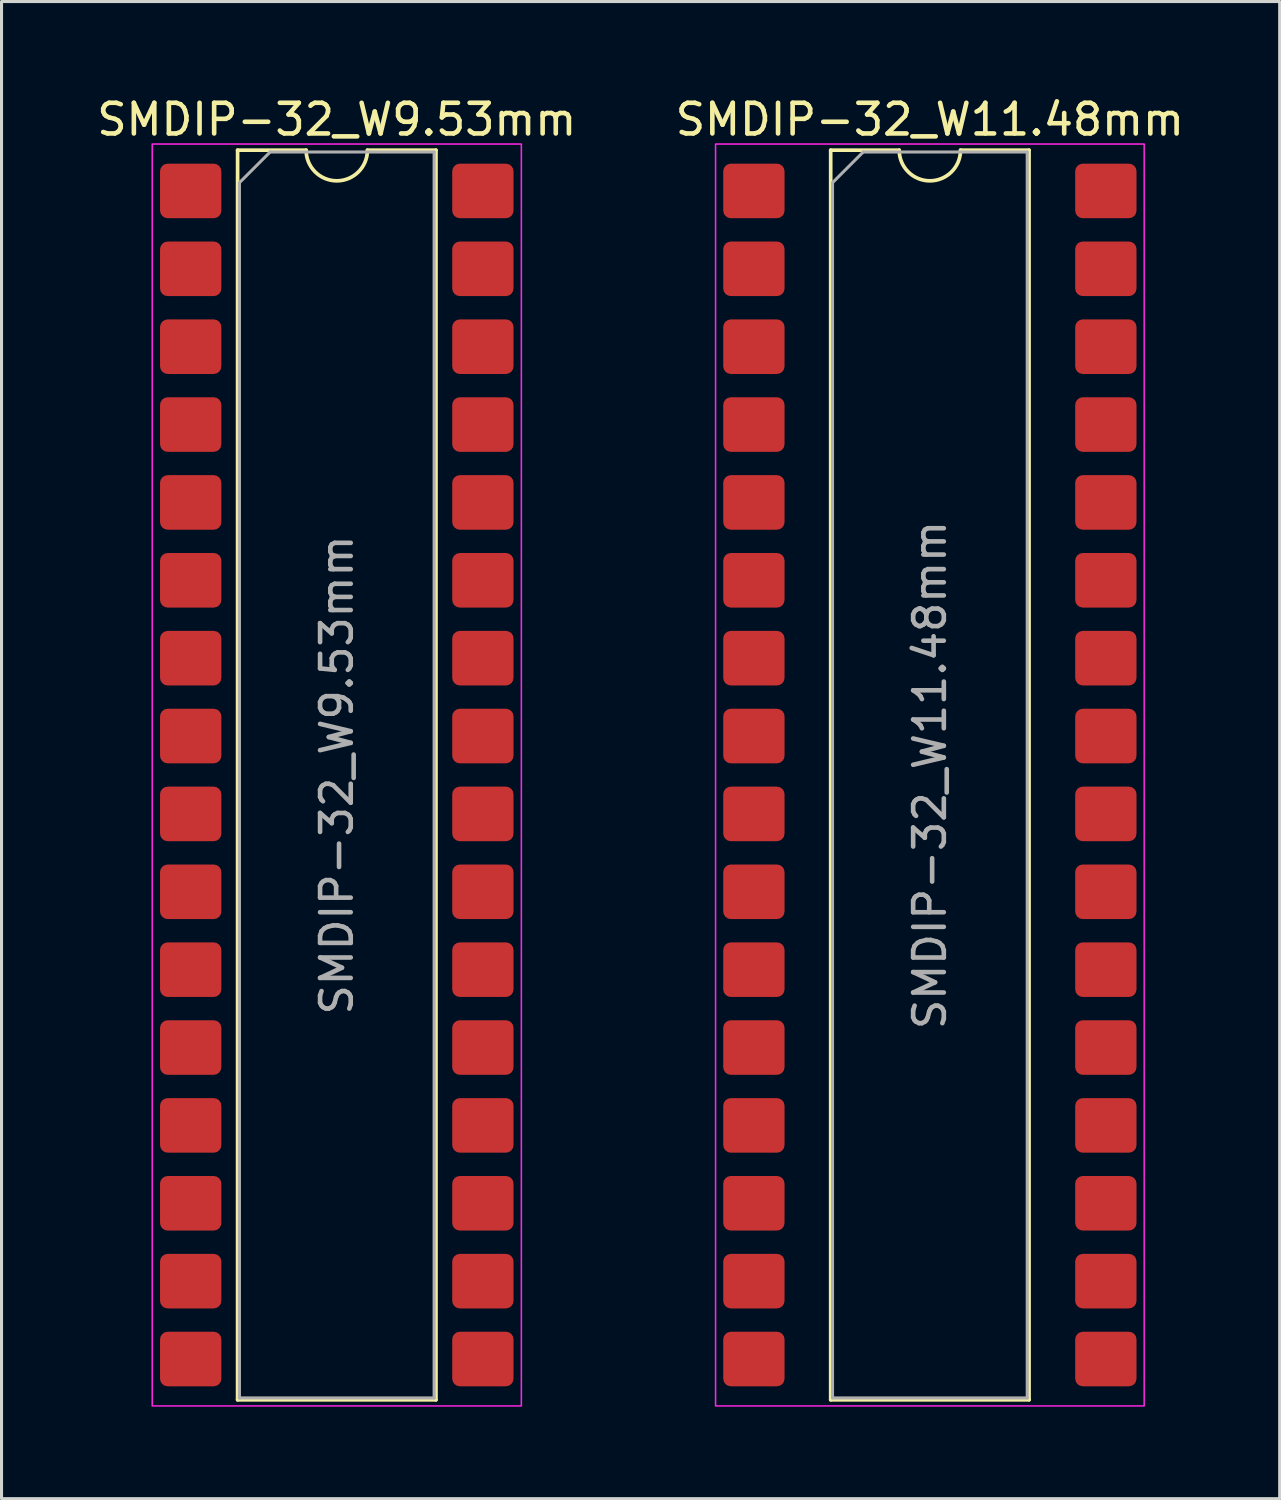
<source format=kicad_pcb>
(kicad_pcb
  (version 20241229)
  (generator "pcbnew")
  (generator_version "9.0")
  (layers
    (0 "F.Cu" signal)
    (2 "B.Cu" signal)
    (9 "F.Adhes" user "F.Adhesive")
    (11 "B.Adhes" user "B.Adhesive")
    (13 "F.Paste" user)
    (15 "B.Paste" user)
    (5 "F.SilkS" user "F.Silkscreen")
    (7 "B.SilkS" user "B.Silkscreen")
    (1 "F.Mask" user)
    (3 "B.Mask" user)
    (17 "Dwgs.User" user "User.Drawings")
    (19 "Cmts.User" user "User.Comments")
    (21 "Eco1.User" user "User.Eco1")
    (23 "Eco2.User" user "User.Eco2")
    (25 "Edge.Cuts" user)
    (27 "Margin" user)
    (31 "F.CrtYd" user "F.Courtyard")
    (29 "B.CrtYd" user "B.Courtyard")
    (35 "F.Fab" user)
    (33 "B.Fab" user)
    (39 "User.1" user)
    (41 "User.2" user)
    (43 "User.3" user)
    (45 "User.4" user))
  (footprint "SMDIP-32_W9.53mm"
    (layer "F.Cu")
    (at 7.935 22.228)
    (property "Reference" "SMDIP-32_W9.53mm" (at 0 -21.38 0) (layer "F.SilkS") (effects (font (size 1 1) (thickness 0.15))))
    (attr smd)
    (fp_line (start -3.235 -20.38) (end -3.235 20.38) (stroke (width 0.12) (type solid)) (layer "F.SilkS"))
    (fp_line (start -3.235 20.38) (end 3.235 20.38) (stroke (width 0.12) (type solid)) (layer "F.SilkS"))
    (fp_line (start -1 -20.38) (end -3.235 -20.38) (stroke (width 0.12) (type solid)) (layer "F.SilkS"))
    (fp_line (start 3.235 -20.38) (end 1 -20.38) (stroke (width 0.12) (type solid)) (layer "F.SilkS"))
    (fp_line (start 3.235 20.38) (end 3.235 -20.38) (stroke (width 0.12) (type solid)) (layer "F.SilkS"))
    (fp_arc (start 1 -20.38) (mid 0 -19.38) (end -1 -20.38) (stroke (width 0.12) (type solid)) (layer "F.SilkS"))
    (fp_rect (start -6.02 -20.58) (end 6.02 20.58) (stroke (width 0.05) (type solid)) (fill no) (layer "F.CrtYd"))
    (fp_line (start -3.175 -19.32) (end -2.175 -20.32) (stroke (width 0.1) (type solid)) (layer "F.Fab"))
    (fp_line (start -3.175 20.32) (end -3.175 -19.32) (stroke (width 0.1) (type solid)) (layer "F.Fab"))
    (fp_line (start -2.175 -20.32) (end 3.175 -20.32) (stroke (width 0.1) (type solid)) (layer "F.Fab"))
    (fp_line (start 3.175 -20.32) (end 3.175 20.32) (stroke (width 0.1) (type solid)) (layer "F.Fab"))
    (fp_line (start 3.175 20.32) (end -3.175 20.32) (stroke (width 0.1) (type solid)) (layer "F.Fab"))
    (fp_text user "${REFERENCE}" (at 0 0 90) (layer "F.Fab") (effects (font (size 1 1) (thickness 0.15))))
    (pad "1" smd roundrect (at -4.765 -19.05) (size 2 1.78) (layers "F.Cu" "F.Mask" "F.Paste") (roundrect_rratio 0.14))
    (pad "2" smd roundrect (at -4.765 -16.51) (size 2 1.78) (layers "F.Cu" "F.Mask" "F.Paste") (roundrect_rratio 0.14))
    (pad "3" smd roundrect (at -4.765 -13.97) (size 2 1.78) (layers "F.Cu" "F.Mask" "F.Paste") (roundrect_rratio 0.14))
    (pad "4" smd roundrect (at -4.765 -11.43) (size 2 1.78) (layers "F.Cu" "F.Mask" "F.Paste") (roundrect_rratio 0.14))
    (pad "5" smd roundrect (at -4.765 -8.89) (size 2 1.78) (layers "F.Cu" "F.Mask" "F.Paste") (roundrect_rratio 0.14))
    (pad "6" smd roundrect (at -4.765 -6.35) (size 2 1.78) (layers "F.Cu" "F.Mask" "F.Paste") (roundrect_rratio 0.14))
    (pad "7" smd roundrect (at -4.765 -3.81) (size 2 1.78) (layers "F.Cu" "F.Mask" "F.Paste") (roundrect_rratio 0.14))
    (pad "8" smd roundrect (at -4.765 -1.27) (size 2 1.78) (layers "F.Cu" "F.Mask" "F.Paste") (roundrect_rratio 0.14))
    (pad "9" smd roundrect (at -4.765 1.27) (size 2 1.78) (layers "F.Cu" "F.Mask" "F.Paste") (roundrect_rratio 0.14))
    (pad "10" smd roundrect (at -4.765 3.81) (size 2 1.78) (layers "F.Cu" "F.Mask" "F.Paste") (roundrect_rratio 0.14))
    (pad "11" smd roundrect (at -4.765 6.35) (size 2 1.78) (layers "F.Cu" "F.Mask" "F.Paste") (roundrect_rratio 0.14))
    (pad "12" smd roundrect (at -4.765 8.89) (size 2 1.78) (layers "F.Cu" "F.Mask" "F.Paste") (roundrect_rratio 0.14))
    (pad "13" smd roundrect (at -4.765 11.43) (size 2 1.78) (layers "F.Cu" "F.Mask" "F.Paste") (roundrect_rratio 0.14))
    (pad "14" smd roundrect (at -4.765 13.97) (size 2 1.78) (layers "F.Cu" "F.Mask" "F.Paste") (roundrect_rratio 0.14))
    (pad "15" smd roundrect (at -4.765 16.51) (size 2 1.78) (layers "F.Cu" "F.Mask" "F.Paste") (roundrect_rratio 0.14))
    (pad "16" smd roundrect (at -4.765 19.05) (size 2 1.78) (layers "F.Cu" "F.Mask" "F.Paste") (roundrect_rratio 0.14))
    (pad "17" smd roundrect (at 4.765 19.05) (size 2 1.78) (layers "F.Cu" "F.Mask" "F.Paste") (roundrect_rratio 0.14))
    (pad "18" smd roundrect (at 4.765 16.51) (size 2 1.78) (layers "F.Cu" "F.Mask" "F.Paste") (roundrect_rratio 0.14))
    (pad "19" smd roundrect (at 4.765 13.97) (size 2 1.78) (layers "F.Cu" "F.Mask" "F.Paste") (roundrect_rratio 0.14))
    (pad "20" smd roundrect (at 4.765 11.43) (size 2 1.78) (layers "F.Cu" "F.Mask" "F.Paste") (roundrect_rratio 0.14))
    (pad "21" smd roundrect (at 4.765 8.89) (size 2 1.78) (layers "F.Cu" "F.Mask" "F.Paste") (roundrect_rratio 0.14))
    (pad "22" smd roundrect (at 4.765 6.35) (size 2 1.78) (layers "F.Cu" "F.Mask" "F.Paste") (roundrect_rratio 0.14))
    (pad "23" smd roundrect (at 4.765 3.81) (size 2 1.78) (layers "F.Cu" "F.Mask" "F.Paste") (roundrect_rratio 0.14))
    (pad "24" smd roundrect (at 4.765 1.27) (size 2 1.78) (layers "F.Cu" "F.Mask" "F.Paste") (roundrect_rratio 0.14))
    (pad "25" smd roundrect (at 4.765 -1.27) (size 2 1.78) (layers "F.Cu" "F.Mask" "F.Paste") (roundrect_rratio 0.14))
    (pad "26" smd roundrect (at 4.765 -3.81) (size 2 1.78) (layers "F.Cu" "F.Mask" "F.Paste") (roundrect_rratio 0.14))
    (pad "27" smd roundrect (at 4.765 -6.35) (size 2 1.78) (layers "F.Cu" "F.Mask" "F.Paste") (roundrect_rratio 0.14))
    (pad "28" smd roundrect (at 4.765 -8.89) (size 2 1.78) (layers "F.Cu" "F.Mask" "F.Paste") (roundrect_rratio 0.14))
    (pad "29" smd roundrect (at 4.765 -11.43) (size 2 1.78) (layers "F.Cu" "F.Mask" "F.Paste") (roundrect_rratio 0.14))
    (pad "30" smd roundrect (at 4.765 -13.97) (size 2 1.78) (layers "F.Cu" "F.Mask" "F.Paste") (roundrect_rratio 0.14))
    (pad "31" smd roundrect (at 4.765 -16.51) (size 2 1.78) (layers "F.Cu" "F.Mask" "F.Paste") (roundrect_rratio 0.14))
    (pad "32" smd roundrect (at 4.765 -19.05) (size 2 1.78) (layers "F.Cu" "F.Mask" "F.Paste") (roundrect_rratio 0.14)))
  (footprint "SMDIP-32_W11.48mm"
    (layer "F.Cu")
    (at 27.28 22.228)
    (property "Reference" "SMDIP-32_W11.48mm" (at 0 -21.38 0) (layer "F.SilkS") (effects (font (size 1 1) (thickness 0.15))))
    (attr smd)
    (fp_line (start -3.235 -20.38) (end -3.235 20.38) (stroke (width 0.12) (type solid)) (layer "F.SilkS"))
    (fp_line (start -3.235 20.38) (end 3.235 20.38) (stroke (width 0.12) (type solid)) (layer "F.SilkS"))
    (fp_line (start -1 -20.38) (end -3.235 -20.38) (stroke (width 0.12) (type solid)) (layer "F.SilkS"))
    (fp_line (start 3.235 -20.38) (end 1 -20.38) (stroke (width 0.12) (type solid)) (layer "F.SilkS"))
    (fp_line (start 3.235 20.38) (end 3.235 -20.38) (stroke (width 0.12) (type solid)) (layer "F.SilkS"))
    (fp_arc (start 1 -20.38) (mid 0 -19.38) (end -1 -20.38) (stroke (width 0.12) (type solid)) (layer "F.SilkS"))
    (fp_rect (start -6.99 -20.58) (end 6.99 20.58) (stroke (width 0.05) (type solid)) (fill no) (layer "F.CrtYd"))
    (fp_line (start -3.175 -19.32) (end -2.175 -20.32) (stroke (width 0.1) (type solid)) (layer "F.Fab"))
    (fp_line (start -3.175 20.32) (end -3.175 -19.32) (stroke (width 0.1) (type solid)) (layer "F.Fab"))
    (fp_line (start -2.175 -20.32) (end 3.175 -20.32) (stroke (width 0.1) (type solid)) (layer "F.Fab"))
    (fp_line (start 3.175 -20.32) (end 3.175 20.32) (stroke (width 0.1) (type solid)) (layer "F.Fab"))
    (fp_line (start 3.175 20.32) (end -3.175 20.32) (stroke (width 0.1) (type solid)) (layer "F.Fab"))
    (fp_text user "${REFERENCE}" (at 0 0 90) (layer "F.Fab") (effects (font (size 1 1) (thickness 0.15))))
    (pad "1" smd roundrect (at -5.74 -19.05) (size 2 1.78) (layers "F.Cu" "F.Mask" "F.Paste") (roundrect_rratio 0.14))
    (pad "2" smd roundrect (at -5.74 -16.51) (size 2 1.78) (layers "F.Cu" "F.Mask" "F.Paste") (roundrect_rratio 0.14))
    (pad "3" smd roundrect (at -5.74 -13.97) (size 2 1.78) (layers "F.Cu" "F.Mask" "F.Paste") (roundrect_rratio 0.14))
    (pad "4" smd roundrect (at -5.74 -11.43) (size 2 1.78) (layers "F.Cu" "F.Mask" "F.Paste") (roundrect_rratio 0.14))
    (pad "5" smd roundrect (at -5.74 -8.89) (size 2 1.78) (layers "F.Cu" "F.Mask" "F.Paste") (roundrect_rratio 0.14))
    (pad "6" smd roundrect (at -5.74 -6.35) (size 2 1.78) (layers "F.Cu" "F.Mask" "F.Paste") (roundrect_rratio 0.14))
    (pad "7" smd roundrect (at -5.74 -3.81) (size 2 1.78) (layers "F.Cu" "F.Mask" "F.Paste") (roundrect_rratio 0.14))
    (pad "8" smd roundrect (at -5.74 -1.27) (size 2 1.78) (layers "F.Cu" "F.Mask" "F.Paste") (roundrect_rratio 0.14))
    (pad "9" smd roundrect (at -5.74 1.27) (size 2 1.78) (layers "F.Cu" "F.Mask" "F.Paste") (roundrect_rratio 0.14))
    (pad "10" smd roundrect (at -5.74 3.81) (size 2 1.78) (layers "F.Cu" "F.Mask" "F.Paste") (roundrect_rratio 0.14))
    (pad "11" smd roundrect (at -5.74 6.35) (size 2 1.78) (layers "F.Cu" "F.Mask" "F.Paste") (roundrect_rratio 0.14))
    (pad "12" smd roundrect (at -5.74 8.89) (size 2 1.78) (layers "F.Cu" "F.Mask" "F.Paste") (roundrect_rratio 0.14))
    (pad "13" smd roundrect (at -5.74 11.43) (size 2 1.78) (layers "F.Cu" "F.Mask" "F.Paste") (roundrect_rratio 0.14))
    (pad "14" smd roundrect (at -5.74 13.97) (size 2 1.78) (layers "F.Cu" "F.Mask" "F.Paste") (roundrect_rratio 0.14))
    (pad "15" smd roundrect (at -5.74 16.51) (size 2 1.78) (layers "F.Cu" "F.Mask" "F.Paste") (roundrect_rratio 0.14))
    (pad "16" smd roundrect (at -5.74 19.05) (size 2 1.78) (layers "F.Cu" "F.Mask" "F.Paste") (roundrect_rratio 0.14))
    (pad "17" smd roundrect (at 5.74 19.05) (size 2 1.78) (layers "F.Cu" "F.Mask" "F.Paste") (roundrect_rratio 0.14))
    (pad "18" smd roundrect (at 5.74 16.51) (size 2 1.78) (layers "F.Cu" "F.Mask" "F.Paste") (roundrect_rratio 0.14))
    (pad "19" smd roundrect (at 5.74 13.97) (size 2 1.78) (layers "F.Cu" "F.Mask" "F.Paste") (roundrect_rratio 0.14))
    (pad "20" smd roundrect (at 5.74 11.43) (size 2 1.78) (layers "F.Cu" "F.Mask" "F.Paste") (roundrect_rratio 0.14))
    (pad "21" smd roundrect (at 5.74 8.89) (size 2 1.78) (layers "F.Cu" "F.Mask" "F.Paste") (roundrect_rratio 0.14))
    (pad "22" smd roundrect (at 5.74 6.35) (size 2 1.78) (layers "F.Cu" "F.Mask" "F.Paste") (roundrect_rratio 0.14))
    (pad "23" smd roundrect (at 5.74 3.81) (size 2 1.78) (layers "F.Cu" "F.Mask" "F.Paste") (roundrect_rratio 0.14))
    (pad "24" smd roundrect (at 5.74 1.27) (size 2 1.78) (layers "F.Cu" "F.Mask" "F.Paste") (roundrect_rratio 0.14))
    (pad "25" smd roundrect (at 5.74 -1.27) (size 2 1.78) (layers "F.Cu" "F.Mask" "F.Paste") (roundrect_rratio 0.14))
    (pad "26" smd roundrect (at 5.74 -3.81) (size 2 1.78) (layers "F.Cu" "F.Mask" "F.Paste") (roundrect_rratio 0.14))
    (pad "27" smd roundrect (at 5.74 -6.35) (size 2 1.78) (layers "F.Cu" "F.Mask" "F.Paste") (roundrect_rratio 0.14))
    (pad "28" smd roundrect (at 5.74 -8.89) (size 2 1.78) (layers "F.Cu" "F.Mask" "F.Paste") (roundrect_rratio 0.14))
    (pad "29" smd roundrect (at 5.74 -11.43) (size 2 1.78) (layers "F.Cu" "F.Mask" "F.Paste") (roundrect_rratio 0.14))
    (pad "30" smd roundrect (at 5.74 -13.97) (size 2 1.78) (layers "F.Cu" "F.Mask" "F.Paste") (roundrect_rratio 0.14))
    (pad "31" smd roundrect (at 5.74 -16.51) (size 2 1.78) (layers "F.Cu" "F.Mask" "F.Paste") (roundrect_rratio 0.14))
    (pad "32" smd roundrect (at 5.74 -19.05) (size 2 1.78) (layers "F.Cu" "F.Mask" "F.Paste") (roundrect_rratio 0.14)))
  (gr_rect
    (start -3 -3)
    (end 38.69 45.833)
    (stroke (width 0.1) (type default))
    (fill no)
    (layer "Edge.Cuts")))
</source>
